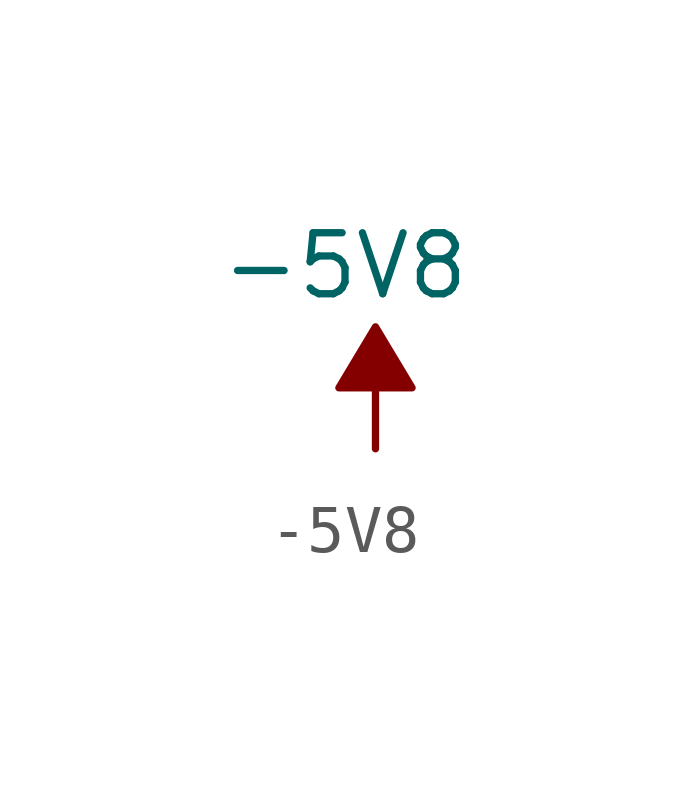
<source format=kicad_sym>
(kicad_symbol_lib
  (version 20211014)
  (generator kicad_symbol_editor)
  (symbol "-5V8"
    (power)
    (pin_names
      (offset 0))
    (property "Reference" "#PWR"
      (at 0 1.905 0)
      (effects (font (size 1.27 1.27)) hide))
    (property "Value" "-5V8"
      (at -0.635 3.81 0)
      (effects (font (size 1.27 1.27))))
    (symbol "-5V8_0_1"
      (polyline (pts (xy 0 0) (xy 0 1.27) (xy 0.762 1.27) (xy 0 2.54) (xy -0.762 1.27) (xy 0 1.27)) (stroke (width 0) (type default) (color 0 0 0 0)) (fill (type outline))))
    (symbol "-5V8_1_1"
      (pin power_in line (at 0 0 90) (length 0) hide (name "-5V8" (effects (font (size 1.27 1.27)))) (number "1" (effects (font (size 1.27 1.27))))))))
</source>
